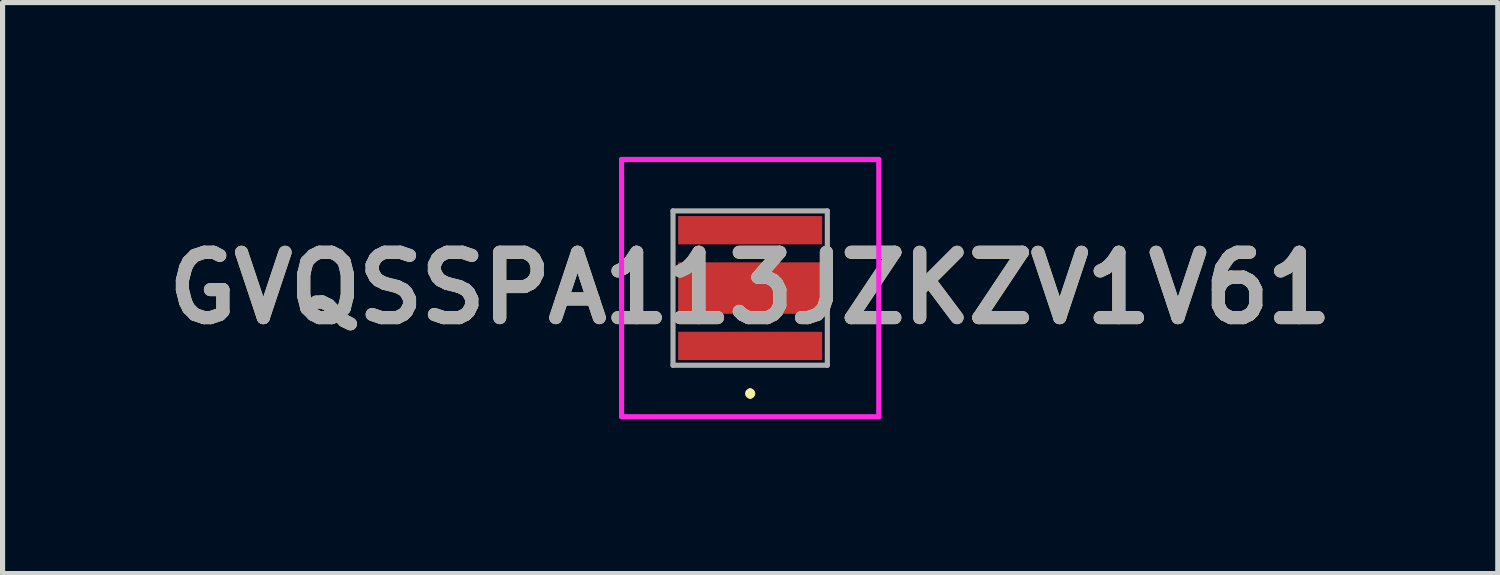
<source format=kicad_pcb>
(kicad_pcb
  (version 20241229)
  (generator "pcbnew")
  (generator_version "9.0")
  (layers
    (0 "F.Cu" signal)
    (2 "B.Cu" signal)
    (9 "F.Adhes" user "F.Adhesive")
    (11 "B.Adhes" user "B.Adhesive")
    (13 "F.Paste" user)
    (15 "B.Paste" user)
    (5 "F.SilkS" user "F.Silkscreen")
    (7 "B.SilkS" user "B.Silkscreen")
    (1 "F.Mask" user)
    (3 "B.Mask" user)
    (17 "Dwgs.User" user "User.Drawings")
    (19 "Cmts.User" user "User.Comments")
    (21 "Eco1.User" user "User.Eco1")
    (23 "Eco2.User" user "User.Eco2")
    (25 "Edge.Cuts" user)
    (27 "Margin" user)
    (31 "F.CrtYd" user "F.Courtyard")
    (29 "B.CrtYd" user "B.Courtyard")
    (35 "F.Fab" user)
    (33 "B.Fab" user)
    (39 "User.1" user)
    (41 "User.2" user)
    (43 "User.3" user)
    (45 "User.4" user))
  (footprint "GVQSSPA113JZKZV1V61"
    (layer "F.Cu")
    (at 11.533 2.55)
    (property "Reference" "GVQSSPA113JZKZV1V61" (at 0 0 0) (layer "F.SilkS") (effects (font (size 1.27 1.27) (thickness 0.254))))
    (attr smd)
    (fp_line (start 0 2) (end 0 2) (stroke (width 0.1) (type solid)) (layer "F.SilkS"))
    (fp_line (start 0 2.1) (end 0 2.1) (stroke (width 0.1) (type solid)) (layer "F.SilkS"))
    (fp_arc (start 0 2) (mid 0.05 2.05) (end 0 2.1) (stroke (width 0.1) (type solid)) (layer "F.SilkS"))
    (fp_arc (start 0 2.1) (mid -0.05 2.05) (end 0 2) (stroke (width 0.1) (type solid)) (layer "F.SilkS"))
    (fp_line (start -2.5 -2.5) (end 2.5 -2.5) (stroke (width 0.1) (type solid)) (layer "F.CrtYd"))
    (fp_line (start -2.5 2.5) (end -2.5 -2.5) (stroke (width 0.1) (type solid)) (layer "F.CrtYd"))
    (fp_line (start 2.5 -2.5) (end 2.5 2.5) (stroke (width 0.1) (type solid)) (layer "F.CrtYd"))
    (fp_line (start 2.5 2.5) (end -2.5 2.5) (stroke (width 0.1) (type solid)) (layer "F.CrtYd"))
    (fp_line (start -1.5 -1.5) (end 1.5 -1.5) (stroke (width 0.1) (type solid)) (layer "F.Fab"))
    (fp_line (start -1.5 1.5) (end -1.5 -1.5) (stroke (width 0.1) (type solid)) (layer "F.Fab"))
    (fp_line (start 1.5 -1.5) (end 1.5 1.5) (stroke (width 0.1) (type solid)) (layer "F.Fab"))
    (fp_line (start 1.5 1.5) (end -1.5 1.5) (stroke (width 0.1) (type solid)) (layer "F.Fab"))
    (fp_text user "${REFERENCE}" (at 0 0 0) (layer "F.Fab") (effects (font (size 1.27 1.27) (thickness 0.254))))
    (pad "1" smd rect (at 0 1.125 90) (size 0.55 2.8) (layers "F.Cu" "F.Mask" "F.Paste"))
    (pad "2" smd rect (at 0 -1.125 90) (size 0.55 2.8) (layers "F.Cu" "F.Mask" "F.Paste"))
    (pad "3" smd rect (at 0 0 90) (size 1 2.8) (layers "F.Cu" "F.Mask" "F.Paste")))
  (gr_rect
    (start -3 -3)
    (end 26.066 8.1)
    (stroke (width 0.1) (type default))
    (fill no)
    (layer "Edge.Cuts")))
</source>
